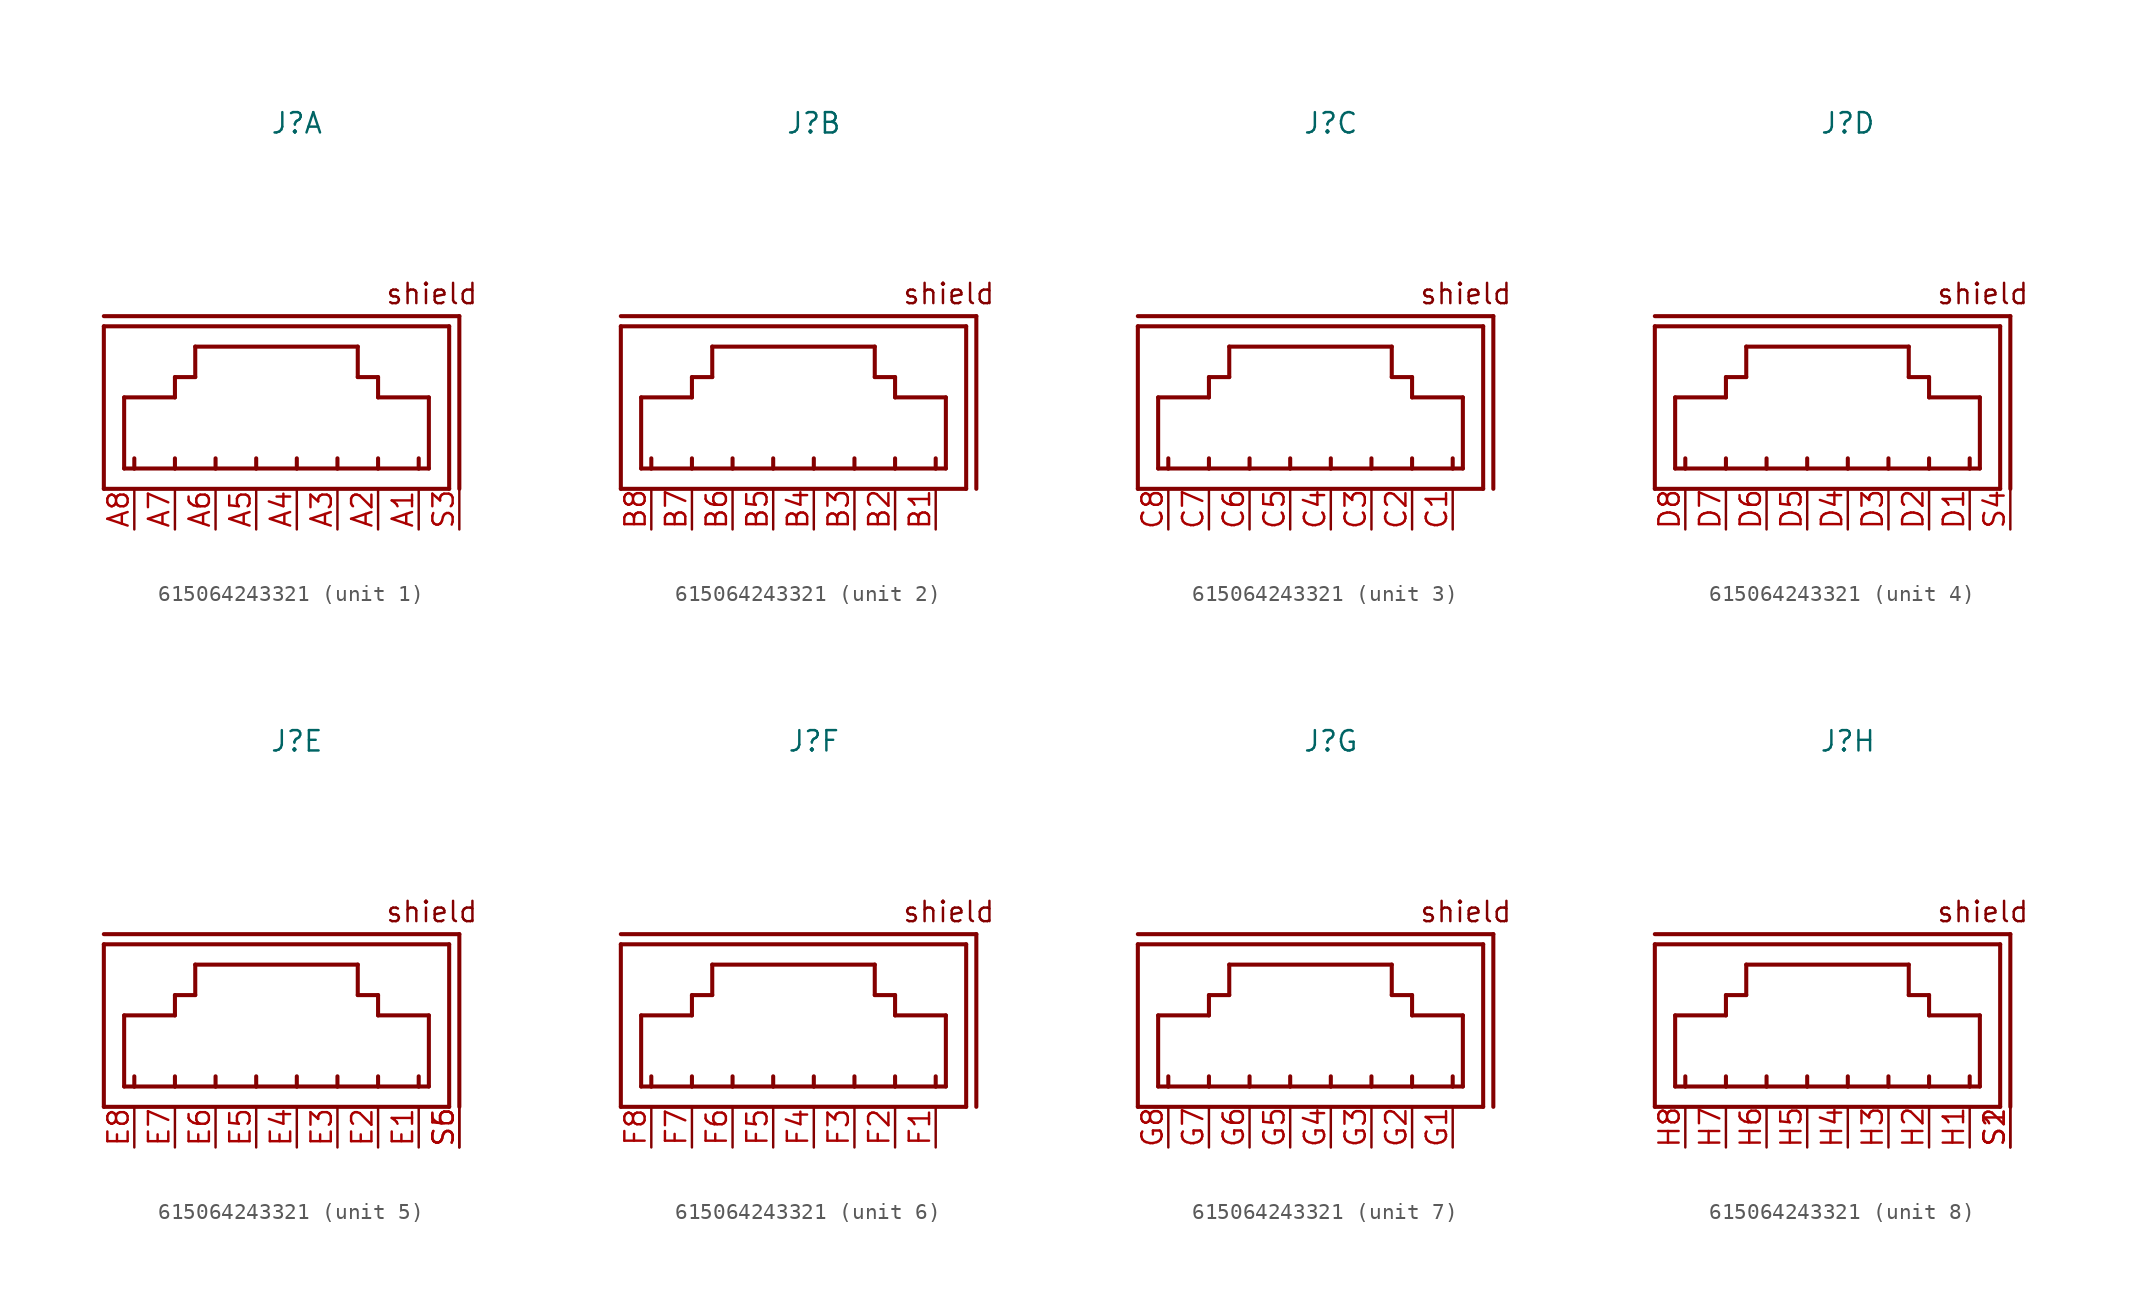
<source format=kicad_sym>
(kicad_symbol_lib
  (version 20241209)
  (generator "kicad_symbol_editor")
  (generator_version "9.0")
  (symbol "615064243321"
    (pin_names
      (hide yes))
    (property "Reference" "J"
      (at 0 17.78 0)
      (effects (font (size 1.27 1.27))))
    (property "ki_locked" ""
      (at 0 0 0)
      (effects (font (size 1.27 1.27))))
    (symbol "615064243321_1_0"
      (polyline (pts (xy -12.065 5.715) (xy 10.16 5.715)) (stroke (width 0.254) (type solid)) (fill (type none)))
      (polyline (pts (xy -12.065 5.08) (xy 9.525 5.08)) (stroke (width 0.254) (type solid)) (fill (type none)))
      (polyline (pts (xy -12.065 -5.08) (xy -12.065 5.08)) (stroke (width 0.254) (type solid)) (fill (type none)))
      (polyline (pts (xy -10.795 0.635) (xy -7.62 0.635)) (stroke (width 0.254) (type solid)) (fill (type none)))
      (polyline (pts (xy -10.795 -3.81) (xy -10.795 0.635)) (stroke (width 0.254) (type solid)) (fill (type none)))
      (polyline (pts (xy -10.16 -3.81) (xy -10.795 -3.81)) (stroke (width 0.254) (type solid)) (fill (type none)))
      (polyline (pts (xy -10.16 -3.81) (xy -10.16 -3.175)) (stroke (width 0.254) (type solid)) (fill (type none)))
      (polyline (pts (xy -7.62 1.905) (xy -6.35 1.905)) (stroke (width 0.254) (type solid)) (fill (type none)))
      (polyline (pts (xy -7.62 0.635) (xy -7.62 1.905)) (stroke (width 0.254) (type solid)) (fill (type none)))
      (polyline (pts (xy -7.62 -3.81) (xy -10.16 -3.81)) (stroke (width 0.254) (type solid)) (fill (type none)))
      (polyline (pts (xy -7.62 -3.81) (xy -7.62 -3.175)) (stroke (width 0.254) (type solid)) (fill (type none)))
      (polyline (pts (xy -6.35 3.81) (xy 3.81 3.81)) (stroke (width 0.254) (type solid)) (fill (type none)))
      (polyline (pts (xy -6.35 1.905) (xy -6.35 3.81)) (stroke (width 0.254) (type solid)) (fill (type none)))
      (polyline (pts (xy -5.08 -3.81) (xy -7.62 -3.81)) (stroke (width 0.254) (type solid)) (fill (type none)))
      (polyline (pts (xy -5.08 -3.81) (xy -5.08 -3.175)) (stroke (width 0.254) (type solid)) (fill (type none)))
      (polyline (pts (xy -2.54 -3.81) (xy -5.08 -3.81)) (stroke (width 0.254) (type solid)) (fill (type none)))
      (polyline (pts (xy -2.54 -3.81) (xy -2.54 -3.175)) (stroke (width 0.254) (type solid)) (fill (type none)))
      (polyline (pts (xy 0 -3.81) (xy -2.54 -3.81)) (stroke (width 0.254) (type solid)) (fill (type none)))
      (polyline (pts (xy 0 -3.81) (xy 0 -3.175)) (stroke (width 0.254) (type solid)) (fill (type none)))
      (polyline (pts (xy 2.54 -3.81) (xy 0 -3.81)) (stroke (width 0.254) (type solid)) (fill (type none)))
      (polyline (pts (xy 2.54 -3.81) (xy 2.54 -3.175)) (stroke (width 0.254) (type solid)) (fill (type none)))
      (polyline (pts (xy 3.81 1.905) (xy 3.81 3.81)) (stroke (width 0.254) (type solid)) (fill (type none)))
      (polyline (pts (xy 5.08 1.905) (xy 3.81 1.905)) (stroke (width 0.254) (type solid)) (fill (type none)))
      (polyline (pts (xy 5.08 0.635) (xy 5.08 1.905)) (stroke (width 0.254) (type solid)) (fill (type none)))
      (polyline (pts (xy 5.08 -3.81) (xy 2.54 -3.81)) (stroke (width 0.254) (type solid)) (fill (type none)))
      (polyline (pts (xy 5.08 -3.81) (xy 5.08 -3.175)) (stroke (width 0.254) (type solid)) (fill (type none)))
      (polyline (pts (xy 7.62 -3.81) (xy 5.08 -3.81)) (stroke (width 0.254) (type solid)) (fill (type none)))
      (polyline (pts (xy 7.62 -3.81) (xy 7.62 -3.175)) (stroke (width 0.254) (type solid)) (fill (type none)))
      (polyline (pts (xy 8.255 0.635) (xy 5.08 0.635)) (stroke (width 0.254) (type solid)) (fill (type none)))
      (polyline (pts (xy 8.255 0.635) (xy 8.255 -3.81)) (stroke (width 0.254) (type solid)) (fill (type none)))
      (polyline (pts (xy 8.255 -3.81) (xy 7.62 -3.81)) (stroke (width 0.254) (type solid)) (fill (type none)))
      (polyline (pts (xy 9.525 5.08) (xy 9.525 -5.08)) (stroke (width 0.254) (type solid)) (fill (type none)))
      (polyline (pts (xy 9.525 -5.08) (xy -12.065 -5.08)) (stroke (width 0.254) (type solid)) (fill (type none)))
      (polyline (pts (xy 10.16 5.715) (xy 10.16 -5.08)) (stroke (width 0.254) (type solid)) (fill (type none)))
      (pin passive line (at -10.16 -7.62 90) (length 2.54) (name "8" (effects (font (size 1.27 1.27)))) (number "A8" (effects (font (size 1.27 1.27)))))
      (pin passive line (at -7.62 -7.62 90) (length 2.54) (name "7" (effects (font (size 1.27 1.27)))) (number "A7" (effects (font (size 1.27 1.27)))))
      (pin passive line (at -5.08 -7.62 90) (length 2.54) (name "6" (effects (font (size 1.27 1.27)))) (number "A6" (effects (font (size 1.27 1.27)))))
      (pin passive line (at -2.54 -7.62 90) (length 2.54) (name "5" (effects (font (size 1.27 1.27)))) (number "A5" (effects (font (size 1.27 1.27)))))
      (pin passive line (at 0 -7.62 90) (length 2.54) (name "4" (effects (font (size 1.27 1.27)))) (number "A4" (effects (font (size 1.27 1.27)))))
      (pin passive line (at 2.54 -7.62 90) (length 2.54) (name "3" (effects (font (size 1.27 1.27)))) (number "A3" (effects (font (size 1.27 1.27)))))
      (pin passive line (at 5.08 -7.62 90) (length 2.54) (name "2" (effects (font (size 1.27 1.27)))) (number "A2" (effects (font (size 1.27 1.27)))))
      (pin passive line (at 7.62 -7.62 90) (length 2.54) (name "1" (effects (font (size 1.27 1.27)))) (number "A1" (effects (font (size 1.27 1.27)))))
      (pin passive line (at 10.16 -7.62 90) (length 2.54) (name "SHIELD" (effects (font (size 1.27 1.27)))) (number "S3" (effects (font (size 1.27 1.27))))))
    (symbol "615064243321_1_1"
      (text "shield" (at 5.495 6.365 0) (effects (font (size 1.27 1.27)) (justify left bottom))))
    (symbol "615064243321_2_0"
      (polyline (pts (xy -12.065 5.715) (xy 10.16 5.715)) (stroke (width 0.254) (type solid)) (fill (type none)))
      (polyline (pts (xy -12.065 5.08) (xy 9.525 5.08)) (stroke (width 0.254) (type solid)) (fill (type none)))
      (polyline (pts (xy -12.065 -5.08) (xy -12.065 5.08)) (stroke (width 0.254) (type solid)) (fill (type none)))
      (polyline (pts (xy -10.795 0.635) (xy -7.62 0.635)) (stroke (width 0.254) (type solid)) (fill (type none)))
      (polyline (pts (xy -10.795 -3.81) (xy -10.795 0.635)) (stroke (width 0.254) (type solid)) (fill (type none)))
      (polyline (pts (xy -10.16 -3.81) (xy -10.795 -3.81)) (stroke (width 0.254) (type solid)) (fill (type none)))
      (polyline (pts (xy -10.16 -3.81) (xy -10.16 -3.175)) (stroke (width 0.254) (type solid)) (fill (type none)))
      (polyline (pts (xy -7.62 1.905) (xy -6.35 1.905)) (stroke (width 0.254) (type solid)) (fill (type none)))
      (polyline (pts (xy -7.62 0.635) (xy -7.62 1.905)) (stroke (width 0.254) (type solid)) (fill (type none)))
      (polyline (pts (xy -7.62 -3.81) (xy -10.16 -3.81)) (stroke (width 0.254) (type solid)) (fill (type none)))
      (polyline (pts (xy -7.62 -3.81) (xy -7.62 -3.175)) (stroke (width 0.254) (type solid)) (fill (type none)))
      (polyline (pts (xy -6.35 3.81) (xy 3.81 3.81)) (stroke (width 0.254) (type solid)) (fill (type none)))
      (polyline (pts (xy -6.35 1.905) (xy -6.35 3.81)) (stroke (width 0.254) (type solid)) (fill (type none)))
      (polyline (pts (xy -5.08 -3.81) (xy -7.62 -3.81)) (stroke (width 0.254) (type solid)) (fill (type none)))
      (polyline (pts (xy -5.08 -3.81) (xy -5.08 -3.175)) (stroke (width 0.254) (type solid)) (fill (type none)))
      (polyline (pts (xy -2.54 -3.81) (xy -5.08 -3.81)) (stroke (width 0.254) (type solid)) (fill (type none)))
      (polyline (pts (xy -2.54 -3.81) (xy -2.54 -3.175)) (stroke (width 0.254) (type solid)) (fill (type none)))
      (polyline (pts (xy 0 -3.81) (xy -2.54 -3.81)) (stroke (width 0.254) (type solid)) (fill (type none)))
      (polyline (pts (xy 0 -3.81) (xy 0 -3.175)) (stroke (width 0.254) (type solid)) (fill (type none)))
      (polyline (pts (xy 2.54 -3.81) (xy 0 -3.81)) (stroke (width 0.254) (type solid)) (fill (type none)))
      (polyline (pts (xy 2.54 -3.81) (xy 2.54 -3.175)) (stroke (width 0.254) (type solid)) (fill (type none)))
      (polyline (pts (xy 3.81 1.905) (xy 3.81 3.81)) (stroke (width 0.254) (type solid)) (fill (type none)))
      (polyline (pts (xy 5.08 1.905) (xy 3.81 1.905)) (stroke (width 0.254) (type solid)) (fill (type none)))
      (polyline (pts (xy 5.08 0.635) (xy 5.08 1.905)) (stroke (width 0.254) (type solid)) (fill (type none)))
      (polyline (pts (xy 5.08 -3.81) (xy 2.54 -3.81)) (stroke (width 0.254) (type solid)) (fill (type none)))
      (polyline (pts (xy 5.08 -3.81) (xy 5.08 -3.175)) (stroke (width 0.254) (type solid)) (fill (type none)))
      (polyline (pts (xy 7.62 -3.81) (xy 5.08 -3.81)) (stroke (width 0.254) (type solid)) (fill (type none)))
      (polyline (pts (xy 7.62 -3.81) (xy 7.62 -3.175)) (stroke (width 0.254) (type solid)) (fill (type none)))
      (polyline (pts (xy 8.255 0.635) (xy 5.08 0.635)) (stroke (width 0.254) (type solid)) (fill (type none)))
      (polyline (pts (xy 8.255 0.635) (xy 8.255 -3.81)) (stroke (width 0.254) (type solid)) (fill (type none)))
      (polyline (pts (xy 8.255 -3.81) (xy 7.62 -3.81)) (stroke (width 0.254) (type solid)) (fill (type none)))
      (polyline (pts (xy 9.525 5.08) (xy 9.525 -5.08)) (stroke (width 0.254) (type solid)) (fill (type none)))
      (polyline (pts (xy 9.525 -5.08) (xy -12.065 -5.08)) (stroke (width 0.254) (type solid)) (fill (type none)))
      (polyline (pts (xy 10.16 5.715) (xy 10.16 -5.08)) (stroke (width 0.254) (type solid)) (fill (type none)))
      (pin passive line (at -10.16 -7.62 90) (length 2.54) (name "8" (effects (font (size 1.27 1.27)))) (number "B8" (effects (font (size 1.27 1.27)))))
      (pin passive line (at -7.62 -7.62 90) (length 2.54) (name "7" (effects (font (size 1.27 1.27)))) (number "B7" (effects (font (size 1.27 1.27)))))
      (pin passive line (at -5.08 -7.62 90) (length 2.54) (name "6" (effects (font (size 1.27 1.27)))) (number "B6" (effects (font (size 1.27 1.27)))))
      (pin passive line (at -2.54 -7.62 90) (length 2.54) (name "5" (effects (font (size 1.27 1.27)))) (number "B5" (effects (font (size 1.27 1.27)))))
      (pin passive line (at 0 -7.62 90) (length 2.54) (name "4" (effects (font (size 1.27 1.27)))) (number "B4" (effects (font (size 1.27 1.27)))))
      (pin passive line (at 2.54 -7.62 90) (length 2.54) (name "3" (effects (font (size 1.27 1.27)))) (number "B3" (effects (font (size 1.27 1.27)))))
      (pin passive line (at 5.08 -7.62 90) (length 2.54) (name "2" (effects (font (size 1.27 1.27)))) (number "B2" (effects (font (size 1.27 1.27)))))
      (pin passive line (at 7.62 -7.62 90) (length 2.54) (name "1" (effects (font (size 1.27 1.27)))) (number "B1" (effects (font (size 1.27 1.27))))))
    (symbol "615064243321_2_1"
      (text "shield" (at 5.495 6.365 0) (effects (font (size 1.27 1.27)) (justify left bottom))))
    (symbol "615064243321_3_0"
      (polyline (pts (xy -12.065 5.715) (xy 10.16 5.715)) (stroke (width 0.254) (type solid)) (fill (type none)))
      (polyline (pts (xy -12.065 5.08) (xy 9.525 5.08)) (stroke (width 0.254) (type solid)) (fill (type none)))
      (polyline (pts (xy -12.065 -5.08) (xy -12.065 5.08)) (stroke (width 0.254) (type solid)) (fill (type none)))
      (polyline (pts (xy -10.795 0.635) (xy -7.62 0.635)) (stroke (width 0.254) (type solid)) (fill (type none)))
      (polyline (pts (xy -10.795 -3.81) (xy -10.795 0.635)) (stroke (width 0.254) (type solid)) (fill (type none)))
      (polyline (pts (xy -10.16 -3.81) (xy -10.795 -3.81)) (stroke (width 0.254) (type solid)) (fill (type none)))
      (polyline (pts (xy -10.16 -3.81) (xy -10.16 -3.175)) (stroke (width 0.254) (type solid)) (fill (type none)))
      (polyline (pts (xy -7.62 1.905) (xy -6.35 1.905)) (stroke (width 0.254) (type solid)) (fill (type none)))
      (polyline (pts (xy -7.62 0.635) (xy -7.62 1.905)) (stroke (width 0.254) (type solid)) (fill (type none)))
      (polyline (pts (xy -7.62 -3.81) (xy -10.16 -3.81)) (stroke (width 0.254) (type solid)) (fill (type none)))
      (polyline (pts (xy -7.62 -3.81) (xy -7.62 -3.175)) (stroke (width 0.254) (type solid)) (fill (type none)))
      (polyline (pts (xy -6.35 3.81) (xy 3.81 3.81)) (stroke (width 0.254) (type solid)) (fill (type none)))
      (polyline (pts (xy -6.35 1.905) (xy -6.35 3.81)) (stroke (width 0.254) (type solid)) (fill (type none)))
      (polyline (pts (xy -5.08 -3.81) (xy -7.62 -3.81)) (stroke (width 0.254) (type solid)) (fill (type none)))
      (polyline (pts (xy -5.08 -3.81) (xy -5.08 -3.175)) (stroke (width 0.254) (type solid)) (fill (type none)))
      (polyline (pts (xy -2.54 -3.81) (xy -5.08 -3.81)) (stroke (width 0.254) (type solid)) (fill (type none)))
      (polyline (pts (xy -2.54 -3.81) (xy -2.54 -3.175)) (stroke (width 0.254) (type solid)) (fill (type none)))
      (polyline (pts (xy 0 -3.81) (xy -2.54 -3.81)) (stroke (width 0.254) (type solid)) (fill (type none)))
      (polyline (pts (xy 0 -3.81) (xy 0 -3.175)) (stroke (width 0.254) (type solid)) (fill (type none)))
      (polyline (pts (xy 2.54 -3.81) (xy 0 -3.81)) (stroke (width 0.254) (type solid)) (fill (type none)))
      (polyline (pts (xy 2.54 -3.81) (xy 2.54 -3.175)) (stroke (width 0.254) (type solid)) (fill (type none)))
      (polyline (pts (xy 3.81 1.905) (xy 3.81 3.81)) (stroke (width 0.254) (type solid)) (fill (type none)))
      (polyline (pts (xy 5.08 1.905) (xy 3.81 1.905)) (stroke (width 0.254) (type solid)) (fill (type none)))
      (polyline (pts (xy 5.08 0.635) (xy 5.08 1.905)) (stroke (width 0.254) (type solid)) (fill (type none)))
      (polyline (pts (xy 5.08 -3.81) (xy 2.54 -3.81)) (stroke (width 0.254) (type solid)) (fill (type none)))
      (polyline (pts (xy 5.08 -3.81) (xy 5.08 -3.175)) (stroke (width 0.254) (type solid)) (fill (type none)))
      (polyline (pts (xy 7.62 -3.81) (xy 5.08 -3.81)) (stroke (width 0.254) (type solid)) (fill (type none)))
      (polyline (pts (xy 7.62 -3.81) (xy 7.62 -3.175)) (stroke (width 0.254) (type solid)) (fill (type none)))
      (polyline (pts (xy 8.255 0.635) (xy 5.08 0.635)) (stroke (width 0.254) (type solid)) (fill (type none)))
      (polyline (pts (xy 8.255 0.635) (xy 8.255 -3.81)) (stroke (width 0.254) (type solid)) (fill (type none)))
      (polyline (pts (xy 8.255 -3.81) (xy 7.62 -3.81)) (stroke (width 0.254) (type solid)) (fill (type none)))
      (polyline (pts (xy 9.525 5.08) (xy 9.525 -5.08)) (stroke (width 0.254) (type solid)) (fill (type none)))
      (polyline (pts (xy 9.525 -5.08) (xy -12.065 -5.08)) (stroke (width 0.254) (type solid)) (fill (type none)))
      (polyline (pts (xy 10.16 5.715) (xy 10.16 -5.08)) (stroke (width 0.254) (type solid)) (fill (type none)))
      (pin passive line (at -10.16 -7.62 90) (length 2.54) (name "8" (effects (font (size 1.27 1.27)))) (number "C8" (effects (font (size 1.27 1.27)))))
      (pin passive line (at -7.62 -7.62 90) (length 2.54) (name "7" (effects (font (size 1.27 1.27)))) (number "C7" (effects (font (size 1.27 1.27)))))
      (pin passive line (at -5.08 -7.62 90) (length 2.54) (name "6" (effects (font (size 1.27 1.27)))) (number "C6" (effects (font (size 1.27 1.27)))))
      (pin passive line (at -2.54 -7.62 90) (length 2.54) (name "5" (effects (font (size 1.27 1.27)))) (number "C5" (effects (font (size 1.27 1.27)))))
      (pin passive line (at 0 -7.62 90) (length 2.54) (name "4" (effects (font (size 1.27 1.27)))) (number "C4" (effects (font (size 1.27 1.27)))))
      (pin passive line (at 2.54 -7.62 90) (length 2.54) (name "3" (effects (font (size 1.27 1.27)))) (number "C3" (effects (font (size 1.27 1.27)))))
      (pin passive line (at 5.08 -7.62 90) (length 2.54) (name "2" (effects (font (size 1.27 1.27)))) (number "C2" (effects (font (size 1.27 1.27)))))
      (pin passive line (at 7.62 -7.62 90) (length 2.54) (name "1" (effects (font (size 1.27 1.27)))) (number "C1" (effects (font (size 1.27 1.27))))))
    (symbol "615064243321_3_1"
      (text "shield" (at 5.495 6.365 0) (effects (font (size 1.27 1.27)) (justify left bottom))))
    (symbol "615064243321_4_0"
      (polyline (pts (xy -12.065 5.715) (xy 10.16 5.715)) (stroke (width 0.254) (type solid)) (fill (type none)))
      (polyline (pts (xy -12.065 5.08) (xy 9.525 5.08)) (stroke (width 0.254) (type solid)) (fill (type none)))
      (polyline (pts (xy -12.065 -5.08) (xy -12.065 5.08)) (stroke (width 0.254) (type solid)) (fill (type none)))
      (polyline (pts (xy -10.795 0.635) (xy -7.62 0.635)) (stroke (width 0.254) (type solid)) (fill (type none)))
      (polyline (pts (xy -10.795 -3.81) (xy -10.795 0.635)) (stroke (width 0.254) (type solid)) (fill (type none)))
      (polyline (pts (xy -10.16 -3.81) (xy -10.795 -3.81)) (stroke (width 0.254) (type solid)) (fill (type none)))
      (polyline (pts (xy -10.16 -3.81) (xy -10.16 -3.175)) (stroke (width 0.254) (type solid)) (fill (type none)))
      (polyline (pts (xy -7.62 1.905) (xy -6.35 1.905)) (stroke (width 0.254) (type solid)) (fill (type none)))
      (polyline (pts (xy -7.62 0.635) (xy -7.62 1.905)) (stroke (width 0.254) (type solid)) (fill (type none)))
      (polyline (pts (xy -7.62 -3.81) (xy -10.16 -3.81)) (stroke (width 0.254) (type solid)) (fill (type none)))
      (polyline (pts (xy -7.62 -3.81) (xy -7.62 -3.175)) (stroke (width 0.254) (type solid)) (fill (type none)))
      (polyline (pts (xy -6.35 3.81) (xy 3.81 3.81)) (stroke (width 0.254) (type solid)) (fill (type none)))
      (polyline (pts (xy -6.35 1.905) (xy -6.35 3.81)) (stroke (width 0.254) (type solid)) (fill (type none)))
      (polyline (pts (xy -5.08 -3.81) (xy -7.62 -3.81)) (stroke (width 0.254) (type solid)) (fill (type none)))
      (polyline (pts (xy -5.08 -3.81) (xy -5.08 -3.175)) (stroke (width 0.254) (type solid)) (fill (type none)))
      (polyline (pts (xy -2.54 -3.81) (xy -5.08 -3.81)) (stroke (width 0.254) (type solid)) (fill (type none)))
      (polyline (pts (xy -2.54 -3.81) (xy -2.54 -3.175)) (stroke (width 0.254) (type solid)) (fill (type none)))
      (polyline (pts (xy 0 -3.81) (xy -2.54 -3.81)) (stroke (width 0.254) (type solid)) (fill (type none)))
      (polyline (pts (xy 0 -3.81) (xy 0 -3.175)) (stroke (width 0.254) (type solid)) (fill (type none)))
      (polyline (pts (xy 2.54 -3.81) (xy 0 -3.81)) (stroke (width 0.254) (type solid)) (fill (type none)))
      (polyline (pts (xy 2.54 -3.81) (xy 2.54 -3.175)) (stroke (width 0.254) (type solid)) (fill (type none)))
      (polyline (pts (xy 3.81 1.905) (xy 3.81 3.81)) (stroke (width 0.254) (type solid)) (fill (type none)))
      (polyline (pts (xy 5.08 1.905) (xy 3.81 1.905)) (stroke (width 0.254) (type solid)) (fill (type none)))
      (polyline (pts (xy 5.08 0.635) (xy 5.08 1.905)) (stroke (width 0.254) (type solid)) (fill (type none)))
      (polyline (pts (xy 5.08 -3.81) (xy 2.54 -3.81)) (stroke (width 0.254) (type solid)) (fill (type none)))
      (polyline (pts (xy 5.08 -3.81) (xy 5.08 -3.175)) (stroke (width 0.254) (type solid)) (fill (type none)))
      (polyline (pts (xy 7.62 -3.81) (xy 5.08 -3.81)) (stroke (width 0.254) (type solid)) (fill (type none)))
      (polyline (pts (xy 7.62 -3.81) (xy 7.62 -3.175)) (stroke (width 0.254) (type solid)) (fill (type none)))
      (polyline (pts (xy 8.255 0.635) (xy 5.08 0.635)) (stroke (width 0.254) (type solid)) (fill (type none)))
      (polyline (pts (xy 8.255 0.635) (xy 8.255 -3.81)) (stroke (width 0.254) (type solid)) (fill (type none)))
      (polyline (pts (xy 8.255 -3.81) (xy 7.62 -3.81)) (stroke (width 0.254) (type solid)) (fill (type none)))
      (polyline (pts (xy 9.525 5.08) (xy 9.525 -5.08)) (stroke (width 0.254) (type solid)) (fill (type none)))
      (polyline (pts (xy 9.525 -5.08) (xy -12.065 -5.08)) (stroke (width 0.254) (type solid)) (fill (type none)))
      (polyline (pts (xy 10.16 5.715) (xy 10.16 -5.08)) (stroke (width 0.254) (type solid)) (fill (type none)))
      (pin passive line (at -10.16 -7.62 90) (length 2.54) (name "8" (effects (font (size 1.27 1.27)))) (number "D8" (effects (font (size 1.27 1.27)))))
      (pin passive line (at -7.62 -7.62 90) (length 2.54) (name "7" (effects (font (size 1.27 1.27)))) (number "D7" (effects (font (size 1.27 1.27)))))
      (pin passive line (at -5.08 -7.62 90) (length 2.54) (name "6" (effects (font (size 1.27 1.27)))) (number "D6" (effects (font (size 1.27 1.27)))))
      (pin passive line (at -2.54 -7.62 90) (length 2.54) (name "5" (effects (font (size 1.27 1.27)))) (number "D5" (effects (font (size 1.27 1.27)))))
      (pin passive line (at 0 -7.62 90) (length 2.54) (name "4" (effects (font (size 1.27 1.27)))) (number "D4" (effects (font (size 1.27 1.27)))))
      (pin passive line (at 2.54 -7.62 90) (length 2.54) (name "3" (effects (font (size 1.27 1.27)))) (number "D3" (effects (font (size 1.27 1.27)))))
      (pin passive line (at 5.08 -7.62 90) (length 2.54) (name "2" (effects (font (size 1.27 1.27)))) (number "D2" (effects (font (size 1.27 1.27)))))
      (pin passive line (at 7.62 -7.62 90) (length 2.54) (name "1" (effects (font (size 1.27 1.27)))) (number "D1" (effects (font (size 1.27 1.27)))))
      (pin passive line (at 10.16 -7.62 90) (length 2.54) (name "SHIELD" (effects (font (size 1.27 1.27)))) (number "S4" (effects (font (size 1.27 1.27))))))
    (symbol "615064243321_4_1"
      (text "shield" (at 5.495 6.365 0) (effects (font (size 1.27 1.27)) (justify left bottom))))
    (symbol "615064243321_5_0"
      (polyline (pts (xy -12.065 5.715) (xy 10.16 5.715)) (stroke (width 0.254) (type solid)) (fill (type none)))
      (polyline (pts (xy -12.065 5.08) (xy 9.525 5.08)) (stroke (width 0.254) (type solid)) (fill (type none)))
      (polyline (pts (xy -12.065 -5.08) (xy -12.065 5.08)) (stroke (width 0.254) (type solid)) (fill (type none)))
      (polyline (pts (xy -10.795 0.635) (xy -7.62 0.635)) (stroke (width 0.254) (type solid)) (fill (type none)))
      (polyline (pts (xy -10.795 -3.81) (xy -10.795 0.635)) (stroke (width 0.254) (type solid)) (fill (type none)))
      (polyline (pts (xy -10.16 -3.81) (xy -10.795 -3.81)) (stroke (width 0.254) (type solid)) (fill (type none)))
      (polyline (pts (xy -10.16 -3.81) (xy -10.16 -3.175)) (stroke (width 0.254) (type solid)) (fill (type none)))
      (polyline (pts (xy -7.62 1.905) (xy -6.35 1.905)) (stroke (width 0.254) (type solid)) (fill (type none)))
      (polyline (pts (xy -7.62 0.635) (xy -7.62 1.905)) (stroke (width 0.254) (type solid)) (fill (type none)))
      (polyline (pts (xy -7.62 -3.81) (xy -10.16 -3.81)) (stroke (width 0.254) (type solid)) (fill (type none)))
      (polyline (pts (xy -7.62 -3.81) (xy -7.62 -3.175)) (stroke (width 0.254) (type solid)) (fill (type none)))
      (polyline (pts (xy -6.35 3.81) (xy 3.81 3.81)) (stroke (width 0.254) (type solid)) (fill (type none)))
      (polyline (pts (xy -6.35 1.905) (xy -6.35 3.81)) (stroke (width 0.254) (type solid)) (fill (type none)))
      (polyline (pts (xy -5.08 -3.81) (xy -7.62 -3.81)) (stroke (width 0.254) (type solid)) (fill (type none)))
      (polyline (pts (xy -5.08 -3.81) (xy -5.08 -3.175)) (stroke (width 0.254) (type solid)) (fill (type none)))
      (polyline (pts (xy -2.54 -3.81) (xy -5.08 -3.81)) (stroke (width 0.254) (type solid)) (fill (type none)))
      (polyline (pts (xy -2.54 -3.81) (xy -2.54 -3.175)) (stroke (width 0.254) (type solid)) (fill (type none)))
      (polyline (pts (xy 0 -3.81) (xy -2.54 -3.81)) (stroke (width 0.254) (type solid)) (fill (type none)))
      (polyline (pts (xy 0 -3.81) (xy 0 -3.175)) (stroke (width 0.254) (type solid)) (fill (type none)))
      (polyline (pts (xy 2.54 -3.81) (xy 0 -3.81)) (stroke (width 0.254) (type solid)) (fill (type none)))
      (polyline (pts (xy 2.54 -3.81) (xy 2.54 -3.175)) (stroke (width 0.254) (type solid)) (fill (type none)))
      (polyline (pts (xy 3.81 1.905) (xy 3.81 3.81)) (stroke (width 0.254) (type solid)) (fill (type none)))
      (polyline (pts (xy 5.08 1.905) (xy 3.81 1.905)) (stroke (width 0.254) (type solid)) (fill (type none)))
      (polyline (pts (xy 5.08 0.635) (xy 5.08 1.905)) (stroke (width 0.254) (type solid)) (fill (type none)))
      (polyline (pts (xy 5.08 -3.81) (xy 2.54 -3.81)) (stroke (width 0.254) (type solid)) (fill (type none)))
      (polyline (pts (xy 5.08 -3.81) (xy 5.08 -3.175)) (stroke (width 0.254) (type solid)) (fill (type none)))
      (polyline (pts (xy 7.62 -3.81) (xy 5.08 -3.81)) (stroke (width 0.254) (type solid)) (fill (type none)))
      (polyline (pts (xy 7.62 -3.81) (xy 7.62 -3.175)) (stroke (width 0.254) (type solid)) (fill (type none)))
      (polyline (pts (xy 8.255 0.635) (xy 5.08 0.635)) (stroke (width 0.254) (type solid)) (fill (type none)))
      (polyline (pts (xy 8.255 0.635) (xy 8.255 -3.81)) (stroke (width 0.254) (type solid)) (fill (type none)))
      (polyline (pts (xy 8.255 -3.81) (xy 7.62 -3.81)) (stroke (width 0.254) (type solid)) (fill (type none)))
      (polyline (pts (xy 9.525 5.08) (xy 9.525 -5.08)) (stroke (width 0.254) (type solid)) (fill (type none)))
      (polyline (pts (xy 9.525 -5.08) (xy -12.065 -5.08)) (stroke (width 0.254) (type solid)) (fill (type none)))
      (polyline (pts (xy 10.16 5.715) (xy 10.16 -5.08)) (stroke (width 0.254) (type solid)) (fill (type none)))
      (pin passive line (at -10.16 -7.62 90) (length 2.54) (name "8" (effects (font (size 1.27 1.27)))) (number "E8" (effects (font (size 1.27 1.27)))))
      (pin passive line (at -7.62 -7.62 90) (length 2.54) (name "7" (effects (font (size 1.27 1.27)))) (number "E7" (effects (font (size 1.27 1.27)))))
      (pin passive line (at -5.08 -7.62 90) (length 2.54) (name "6" (effects (font (size 1.27 1.27)))) (number "E6" (effects (font (size 1.27 1.27)))))
      (pin passive line (at -2.54 -7.62 90) (length 2.54) (name "5" (effects (font (size 1.27 1.27)))) (number "E5" (effects (font (size 1.27 1.27)))))
      (pin passive line (at 0 -7.62 90) (length 2.54) (name "4" (effects (font (size 1.27 1.27)))) (number "E4" (effects (font (size 1.27 1.27)))))
      (pin passive line (at 2.54 -7.62 90) (length 2.54) (name "3" (effects (font (size 1.27 1.27)))) (number "E3" (effects (font (size 1.27 1.27)))))
      (pin passive line (at 5.08 -7.62 90) (length 2.54) (name "2" (effects (font (size 1.27 1.27)))) (number "E2" (effects (font (size 1.27 1.27)))))
      (pin passive line (at 7.62 -7.62 90) (length 2.54) (name "1" (effects (font (size 1.27 1.27)))) (number "E1" (effects (font (size 1.27 1.27)))))
      (pin passive line (at 10.16 -7.62 90) (length 2.54) (name "SHIELD" (effects (font (size 1.27 1.27)))) (number "S5" (effects (font (size 1.27 1.27)))))
      (pin passive line (at 10.16 -7.62 90) (length 2.54) (name "SHIELD" (effects (font (size 1.27 1.27)))) (number "S6" (effects (font (size 1.27 1.27))))))
    (symbol "615064243321_5_1"
      (text "shield" (at 5.495 6.365 0) (effects (font (size 1.27 1.27)) (justify left bottom))))
    (symbol "615064243321_6_0"
      (polyline (pts (xy -12.065 5.715) (xy 10.16 5.715)) (stroke (width 0.254) (type solid)) (fill (type none)))
      (polyline (pts (xy -12.065 5.08) (xy 9.525 5.08)) (stroke (width 0.254) (type solid)) (fill (type none)))
      (polyline (pts (xy -12.065 -5.08) (xy -12.065 5.08)) (stroke (width 0.254) (type solid)) (fill (type none)))
      (polyline (pts (xy -10.795 0.635) (xy -7.62 0.635)) (stroke (width 0.254) (type solid)) (fill (type none)))
      (polyline (pts (xy -10.795 -3.81) (xy -10.795 0.635)) (stroke (width 0.254) (type solid)) (fill (type none)))
      (polyline (pts (xy -10.16 -3.81) (xy -10.795 -3.81)) (stroke (width 0.254) (type solid)) (fill (type none)))
      (polyline (pts (xy -10.16 -3.81) (xy -10.16 -3.175)) (stroke (width 0.254) (type solid)) (fill (type none)))
      (polyline (pts (xy -7.62 1.905) (xy -6.35 1.905)) (stroke (width 0.254) (type solid)) (fill (type none)))
      (polyline (pts (xy -7.62 0.635) (xy -7.62 1.905)) (stroke (width 0.254) (type solid)) (fill (type none)))
      (polyline (pts (xy -7.62 -3.81) (xy -10.16 -3.81)) (stroke (width 0.254) (type solid)) (fill (type none)))
      (polyline (pts (xy -7.62 -3.81) (xy -7.62 -3.175)) (stroke (width 0.254) (type solid)) (fill (type none)))
      (polyline (pts (xy -6.35 3.81) (xy 3.81 3.81)) (stroke (width 0.254) (type solid)) (fill (type none)))
      (polyline (pts (xy -6.35 1.905) (xy -6.35 3.81)) (stroke (width 0.254) (type solid)) (fill (type none)))
      (polyline (pts (xy -5.08 -3.81) (xy -7.62 -3.81)) (stroke (width 0.254) (type solid)) (fill (type none)))
      (polyline (pts (xy -5.08 -3.81) (xy -5.08 -3.175)) (stroke (width 0.254) (type solid)) (fill (type none)))
      (polyline (pts (xy -2.54 -3.81) (xy -5.08 -3.81)) (stroke (width 0.254) (type solid)) (fill (type none)))
      (polyline (pts (xy -2.54 -3.81) (xy -2.54 -3.175)) (stroke (width 0.254) (type solid)) (fill (type none)))
      (polyline (pts (xy 0 -3.81) (xy -2.54 -3.81)) (stroke (width 0.254) (type solid)) (fill (type none)))
      (polyline (pts (xy 0 -3.81) (xy 0 -3.175)) (stroke (width 0.254) (type solid)) (fill (type none)))
      (polyline (pts (xy 2.54 -3.81) (xy 0 -3.81)) (stroke (width 0.254) (type solid)) (fill (type none)))
      (polyline (pts (xy 2.54 -3.81) (xy 2.54 -3.175)) (stroke (width 0.254) (type solid)) (fill (type none)))
      (polyline (pts (xy 3.81 1.905) (xy 3.81 3.81)) (stroke (width 0.254) (type solid)) (fill (type none)))
      (polyline (pts (xy 5.08 1.905) (xy 3.81 1.905)) (stroke (width 0.254) (type solid)) (fill (type none)))
      (polyline (pts (xy 5.08 0.635) (xy 5.08 1.905)) (stroke (width 0.254) (type solid)) (fill (type none)))
      (polyline (pts (xy 5.08 -3.81) (xy 2.54 -3.81)) (stroke (width 0.254) (type solid)) (fill (type none)))
      (polyline (pts (xy 5.08 -3.81) (xy 5.08 -3.175)) (stroke (width 0.254) (type solid)) (fill (type none)))
      (polyline (pts (xy 7.62 -3.81) (xy 5.08 -3.81)) (stroke (width 0.254) (type solid)) (fill (type none)))
      (polyline (pts (xy 7.62 -3.81) (xy 7.62 -3.175)) (stroke (width 0.254) (type solid)) (fill (type none)))
      (polyline (pts (xy 8.255 0.635) (xy 5.08 0.635)) (stroke (width 0.254) (type solid)) (fill (type none)))
      (polyline (pts (xy 8.255 0.635) (xy 8.255 -3.81)) (stroke (width 0.254) (type solid)) (fill (type none)))
      (polyline (pts (xy 8.255 -3.81) (xy 7.62 -3.81)) (stroke (width 0.254) (type solid)) (fill (type none)))
      (polyline (pts (xy 9.525 5.08) (xy 9.525 -5.08)) (stroke (width 0.254) (type solid)) (fill (type none)))
      (polyline (pts (xy 9.525 -5.08) (xy -12.065 -5.08)) (stroke (width 0.254) (type solid)) (fill (type none)))
      (polyline (pts (xy 10.16 5.715) (xy 10.16 -5.08)) (stroke (width 0.254) (type solid)) (fill (type none)))
      (pin passive line (at -10.16 -7.62 90) (length 2.54) (name "8" (effects (font (size 1.27 1.27)))) (number "F8" (effects (font (size 1.27 1.27)))))
      (pin passive line (at -7.62 -7.62 90) (length 2.54) (name "7" (effects (font (size 1.27 1.27)))) (number "F7" (effects (font (size 1.27 1.27)))))
      (pin passive line (at -5.08 -7.62 90) (length 2.54) (name "6" (effects (font (size 1.27 1.27)))) (number "F6" (effects (font (size 1.27 1.27)))))
      (pin passive line (at -2.54 -7.62 90) (length 2.54) (name "5" (effects (font (size 1.27 1.27)))) (number "F5" (effects (font (size 1.27 1.27)))))
      (pin passive line (at 0 -7.62 90) (length 2.54) (name "4" (effects (font (size 1.27 1.27)))) (number "F4" (effects (font (size 1.27 1.27)))))
      (pin passive line (at 2.54 -7.62 90) (length 2.54) (name "3" (effects (font (size 1.27 1.27)))) (number "F3" (effects (font (size 1.27 1.27)))))
      (pin passive line (at 5.08 -7.62 90) (length 2.54) (name "2" (effects (font (size 1.27 1.27)))) (number "F2" (effects (font (size 1.27 1.27)))))
      (pin passive line (at 7.62 -7.62 90) (length 2.54) (name "1" (effects (font (size 1.27 1.27)))) (number "F1" (effects (font (size 1.27 1.27))))))
    (symbol "615064243321_6_1"
      (text "shield" (at 5.495 6.365 0) (effects (font (size 1.27 1.27)) (justify left bottom))))
    (symbol "615064243321_7_0"
      (polyline (pts (xy -12.065 5.715) (xy 10.16 5.715)) (stroke (width 0.254) (type solid)) (fill (type none)))
      (polyline (pts (xy -12.065 5.08) (xy 9.525 5.08)) (stroke (width 0.254) (type solid)) (fill (type none)))
      (polyline (pts (xy -12.065 -5.08) (xy -12.065 5.08)) (stroke (width 0.254) (type solid)) (fill (type none)))
      (polyline (pts (xy -10.795 0.635) (xy -7.62 0.635)) (stroke (width 0.254) (type solid)) (fill (type none)))
      (polyline (pts (xy -10.795 -3.81) (xy -10.795 0.635)) (stroke (width 0.254) (type solid)) (fill (type none)))
      (polyline (pts (xy -10.16 -3.81) (xy -10.795 -3.81)) (stroke (width 0.254) (type solid)) (fill (type none)))
      (polyline (pts (xy -10.16 -3.81) (xy -10.16 -3.175)) (stroke (width 0.254) (type solid)) (fill (type none)))
      (polyline (pts (xy -7.62 1.905) (xy -6.35 1.905)) (stroke (width 0.254) (type solid)) (fill (type none)))
      (polyline (pts (xy -7.62 0.635) (xy -7.62 1.905)) (stroke (width 0.254) (type solid)) (fill (type none)))
      (polyline (pts (xy -7.62 -3.81) (xy -10.16 -3.81)) (stroke (width 0.254) (type solid)) (fill (type none)))
      (polyline (pts (xy -7.62 -3.81) (xy -7.62 -3.175)) (stroke (width 0.254) (type solid)) (fill (type none)))
      (polyline (pts (xy -6.35 3.81) (xy 3.81 3.81)) (stroke (width 0.254) (type solid)) (fill (type none)))
      (polyline (pts (xy -6.35 1.905) (xy -6.35 3.81)) (stroke (width 0.254) (type solid)) (fill (type none)))
      (polyline (pts (xy -5.08 -3.81) (xy -7.62 -3.81)) (stroke (width 0.254) (type solid)) (fill (type none)))
      (polyline (pts (xy -5.08 -3.81) (xy -5.08 -3.175)) (stroke (width 0.254) (type solid)) (fill (type none)))
      (polyline (pts (xy -2.54 -3.81) (xy -5.08 -3.81)) (stroke (width 0.254) (type solid)) (fill (type none)))
      (polyline (pts (xy -2.54 -3.81) (xy -2.54 -3.175)) (stroke (width 0.254) (type solid)) (fill (type none)))
      (polyline (pts (xy 0 -3.81) (xy -2.54 -3.81)) (stroke (width 0.254) (type solid)) (fill (type none)))
      (polyline (pts (xy 0 -3.81) (xy 0 -3.175)) (stroke (width 0.254) (type solid)) (fill (type none)))
      (polyline (pts (xy 2.54 -3.81) (xy 0 -3.81)) (stroke (width 0.254) (type solid)) (fill (type none)))
      (polyline (pts (xy 2.54 -3.81) (xy 2.54 -3.175)) (stroke (width 0.254) (type solid)) (fill (type none)))
      (polyline (pts (xy 3.81 1.905) (xy 3.81 3.81)) (stroke (width 0.254) (type solid)) (fill (type none)))
      (polyline (pts (xy 5.08 1.905) (xy 3.81 1.905)) (stroke (width 0.254) (type solid)) (fill (type none)))
      (polyline (pts (xy 5.08 0.635) (xy 5.08 1.905)) (stroke (width 0.254) (type solid)) (fill (type none)))
      (polyline (pts (xy 5.08 -3.81) (xy 2.54 -3.81)) (stroke (width 0.254) (type solid)) (fill (type none)))
      (polyline (pts (xy 5.08 -3.81) (xy 5.08 -3.175)) (stroke (width 0.254) (type solid)) (fill (type none)))
      (polyline (pts (xy 7.62 -3.81) (xy 5.08 -3.81)) (stroke (width 0.254) (type solid)) (fill (type none)))
      (polyline (pts (xy 7.62 -3.81) (xy 7.62 -3.175)) (stroke (width 0.254) (type solid)) (fill (type none)))
      (polyline (pts (xy 8.255 0.635) (xy 5.08 0.635)) (stroke (width 0.254) (type solid)) (fill (type none)))
      (polyline (pts (xy 8.255 0.635) (xy 8.255 -3.81)) (stroke (width 0.254) (type solid)) (fill (type none)))
      (polyline (pts (xy 8.255 -3.81) (xy 7.62 -3.81)) (stroke (width 0.254) (type solid)) (fill (type none)))
      (polyline (pts (xy 9.525 5.08) (xy 9.525 -5.08)) (stroke (width 0.254) (type solid)) (fill (type none)))
      (polyline (pts (xy 9.525 -5.08) (xy -12.065 -5.08)) (stroke (width 0.254) (type solid)) (fill (type none)))
      (polyline (pts (xy 10.16 5.715) (xy 10.16 -5.08)) (stroke (width 0.254) (type solid)) (fill (type none)))
      (pin passive line (at -10.16 -7.62 90) (length 2.54) (name "8" (effects (font (size 1.27 1.27)))) (number "G8" (effects (font (size 1.27 1.27)))))
      (pin passive line (at -7.62 -7.62 90) (length 2.54) (name "7" (effects (font (size 1.27 1.27)))) (number "G7" (effects (font (size 1.27 1.27)))))
      (pin passive line (at -5.08 -7.62 90) (length 2.54) (name "6" (effects (font (size 1.27 1.27)))) (number "G6" (effects (font (size 1.27 1.27)))))
      (pin passive line (at -2.54 -7.62 90) (length 2.54) (name "5" (effects (font (size 1.27 1.27)))) (number "G5" (effects (font (size 1.27 1.27)))))
      (pin passive line (at 0 -7.62 90) (length 2.54) (name "4" (effects (font (size 1.27 1.27)))) (number "G4" (effects (font (size 1.27 1.27)))))
      (pin passive line (at 2.54 -7.62 90) (length 2.54) (name "3" (effects (font (size 1.27 1.27)))) (number "G3" (effects (font (size 1.27 1.27)))))
      (pin passive line (at 5.08 -7.62 90) (length 2.54) (name "2" (effects (font (size 1.27 1.27)))) (number "G2" (effects (font (size 1.27 1.27)))))
      (pin passive line (at 7.62 -7.62 90) (length 2.54) (name "1" (effects (font (size 1.27 1.27)))) (number "G1" (effects (font (size 1.27 1.27))))))
    (symbol "615064243321_7_1"
      (text "shield" (at 5.495 6.365 0) (effects (font (size 1.27 1.27)) (justify left bottom))))
    (symbol "615064243321_8_0"
      (polyline (pts (xy -12.065 5.715) (xy 10.16 5.715)) (stroke (width 0.254) (type solid)) (fill (type none)))
      (polyline (pts (xy -12.065 5.08) (xy 9.525 5.08)) (stroke (width 0.254) (type solid)) (fill (type none)))
      (polyline (pts (xy -12.065 -5.08) (xy -12.065 5.08)) (stroke (width 0.254) (type solid)) (fill (type none)))
      (polyline (pts (xy -10.795 0.635) (xy -7.62 0.635)) (stroke (width 0.254) (type solid)) (fill (type none)))
      (polyline (pts (xy -10.795 -3.81) (xy -10.795 0.635)) (stroke (width 0.254) (type solid)) (fill (type none)))
      (polyline (pts (xy -10.16 -3.81) (xy -10.795 -3.81)) (stroke (width 0.254) (type solid)) (fill (type none)))
      (polyline (pts (xy -10.16 -3.81) (xy -10.16 -3.175)) (stroke (width 0.254) (type solid)) (fill (type none)))
      (polyline (pts (xy -7.62 1.905) (xy -6.35 1.905)) (stroke (width 0.254) (type solid)) (fill (type none)))
      (polyline (pts (xy -7.62 0.635) (xy -7.62 1.905)) (stroke (width 0.254) (type solid)) (fill (type none)))
      (polyline (pts (xy -7.62 -3.81) (xy -10.16 -3.81)) (stroke (width 0.254) (type solid)) (fill (type none)))
      (polyline (pts (xy -7.62 -3.81) (xy -7.62 -3.175)) (stroke (width 0.254) (type solid)) (fill (type none)))
      (polyline (pts (xy -6.35 3.81) (xy 3.81 3.81)) (stroke (width 0.254) (type solid)) (fill (type none)))
      (polyline (pts (xy -6.35 1.905) (xy -6.35 3.81)) (stroke (width 0.254) (type solid)) (fill (type none)))
      (polyline (pts (xy -5.08 -3.81) (xy -7.62 -3.81)) (stroke (width 0.254) (type solid)) (fill (type none)))
      (polyline (pts (xy -5.08 -3.81) (xy -5.08 -3.175)) (stroke (width 0.254) (type solid)) (fill (type none)))
      (polyline (pts (xy -2.54 -3.81) (xy -5.08 -3.81)) (stroke (width 0.254) (type solid)) (fill (type none)))
      (polyline (pts (xy -2.54 -3.81) (xy -2.54 -3.175)) (stroke (width 0.254) (type solid)) (fill (type none)))
      (polyline (pts (xy 0 -3.81) (xy -2.54 -3.81)) (stroke (width 0.254) (type solid)) (fill (type none)))
      (polyline (pts (xy 0 -3.81) (xy 0 -3.175)) (stroke (width 0.254) (type solid)) (fill (type none)))
      (polyline (pts (xy 2.54 -3.81) (xy 0 -3.81)) (stroke (width 0.254) (type solid)) (fill (type none)))
      (polyline (pts (xy 2.54 -3.81) (xy 2.54 -3.175)) (stroke (width 0.254) (type solid)) (fill (type none)))
      (polyline (pts (xy 3.81 1.905) (xy 3.81 3.81)) (stroke (width 0.254) (type solid)) (fill (type none)))
      (polyline (pts (xy 5.08 1.905) (xy 3.81 1.905)) (stroke (width 0.254) (type solid)) (fill (type none)))
      (polyline (pts (xy 5.08 0.635) (xy 5.08 1.905)) (stroke (width 0.254) (type solid)) (fill (type none)))
      (polyline (pts (xy 5.08 -3.81) (xy 2.54 -3.81)) (stroke (width 0.254) (type solid)) (fill (type none)))
      (polyline (pts (xy 5.08 -3.81) (xy 5.08 -3.175)) (stroke (width 0.254) (type solid)) (fill (type none)))
      (polyline (pts (xy 7.62 -3.81) (xy 5.08 -3.81)) (stroke (width 0.254) (type solid)) (fill (type none)))
      (polyline (pts (xy 7.62 -3.81) (xy 7.62 -3.175)) (stroke (width 0.254) (type solid)) (fill (type none)))
      (polyline (pts (xy 8.255 0.635) (xy 5.08 0.635)) (stroke (width 0.254) (type solid)) (fill (type none)))
      (polyline (pts (xy 8.255 0.635) (xy 8.255 -3.81)) (stroke (width 0.254) (type solid)) (fill (type none)))
      (polyline (pts (xy 8.255 -3.81) (xy 7.62 -3.81)) (stroke (width 0.254) (type solid)) (fill (type none)))
      (polyline (pts (xy 9.525 5.08) (xy 9.525 -5.08)) (stroke (width 0.254) (type solid)) (fill (type none)))
      (polyline (pts (xy 9.525 -5.08) (xy -12.065 -5.08)) (stroke (width 0.254) (type solid)) (fill (type none)))
      (polyline (pts (xy 10.16 5.715) (xy 10.16 -5.08)) (stroke (width 0.254) (type solid)) (fill (type none)))
      (pin passive line (at -10.16 -7.62 90) (length 2.54) (name "8" (effects (font (size 1.27 1.27)))) (number "H8" (effects (font (size 1.27 1.27)))))
      (pin passive line (at -7.62 -7.62 90) (length 2.54) (name "7" (effects (font (size 1.27 1.27)))) (number "H7" (effects (font (size 1.27 1.27)))))
      (pin passive line (at -5.08 -7.62 90) (length 2.54) (name "6" (effects (font (size 1.27 1.27)))) (number "H6" (effects (font (size 1.27 1.27)))))
      (pin passive line (at -2.54 -7.62 90) (length 2.54) (name "5" (effects (font (size 1.27 1.27)))) (number "H5" (effects (font (size 1.27 1.27)))))
      (pin passive line (at 0 -7.62 90) (length 2.54) (name "4" (effects (font (size 1.27 1.27)))) (number "H4" (effects (font (size 1.27 1.27)))))
      (pin passive line (at 2.54 -7.62 90) (length 2.54) (name "3" (effects (font (size 1.27 1.27)))) (number "H3" (effects (font (size 1.27 1.27)))))
      (pin passive line (at 5.08 -7.62 90) (length 2.54) (name "2" (effects (font (size 1.27 1.27)))) (number "H2" (effects (font (size 1.27 1.27)))))
      (pin passive line (at 7.62 -7.62 90) (length 2.54) (name "1" (effects (font (size 1.27 1.27)))) (number "H1" (effects (font (size 1.27 1.27)))))
      (pin passive line (at 10.16 -7.62 90) (length 2.54) (name "SHIELD" (effects (font (size 1.27 1.27)))) (number "S1" (effects (font (size 1.27 1.27)))))
      (pin passive line (at 10.16 -7.62 90) (length 2.54) (name "SHIELD" (effects (font (size 1.27 1.27)))) (number "S2" (effects (font (size 1.27 1.27))))))
    (symbol "615064243321_8_1"
      (text "shield" (at 5.495 6.365 0) (effects (font (size 1.27 1.27)) (justify left bottom))))))
</source>
